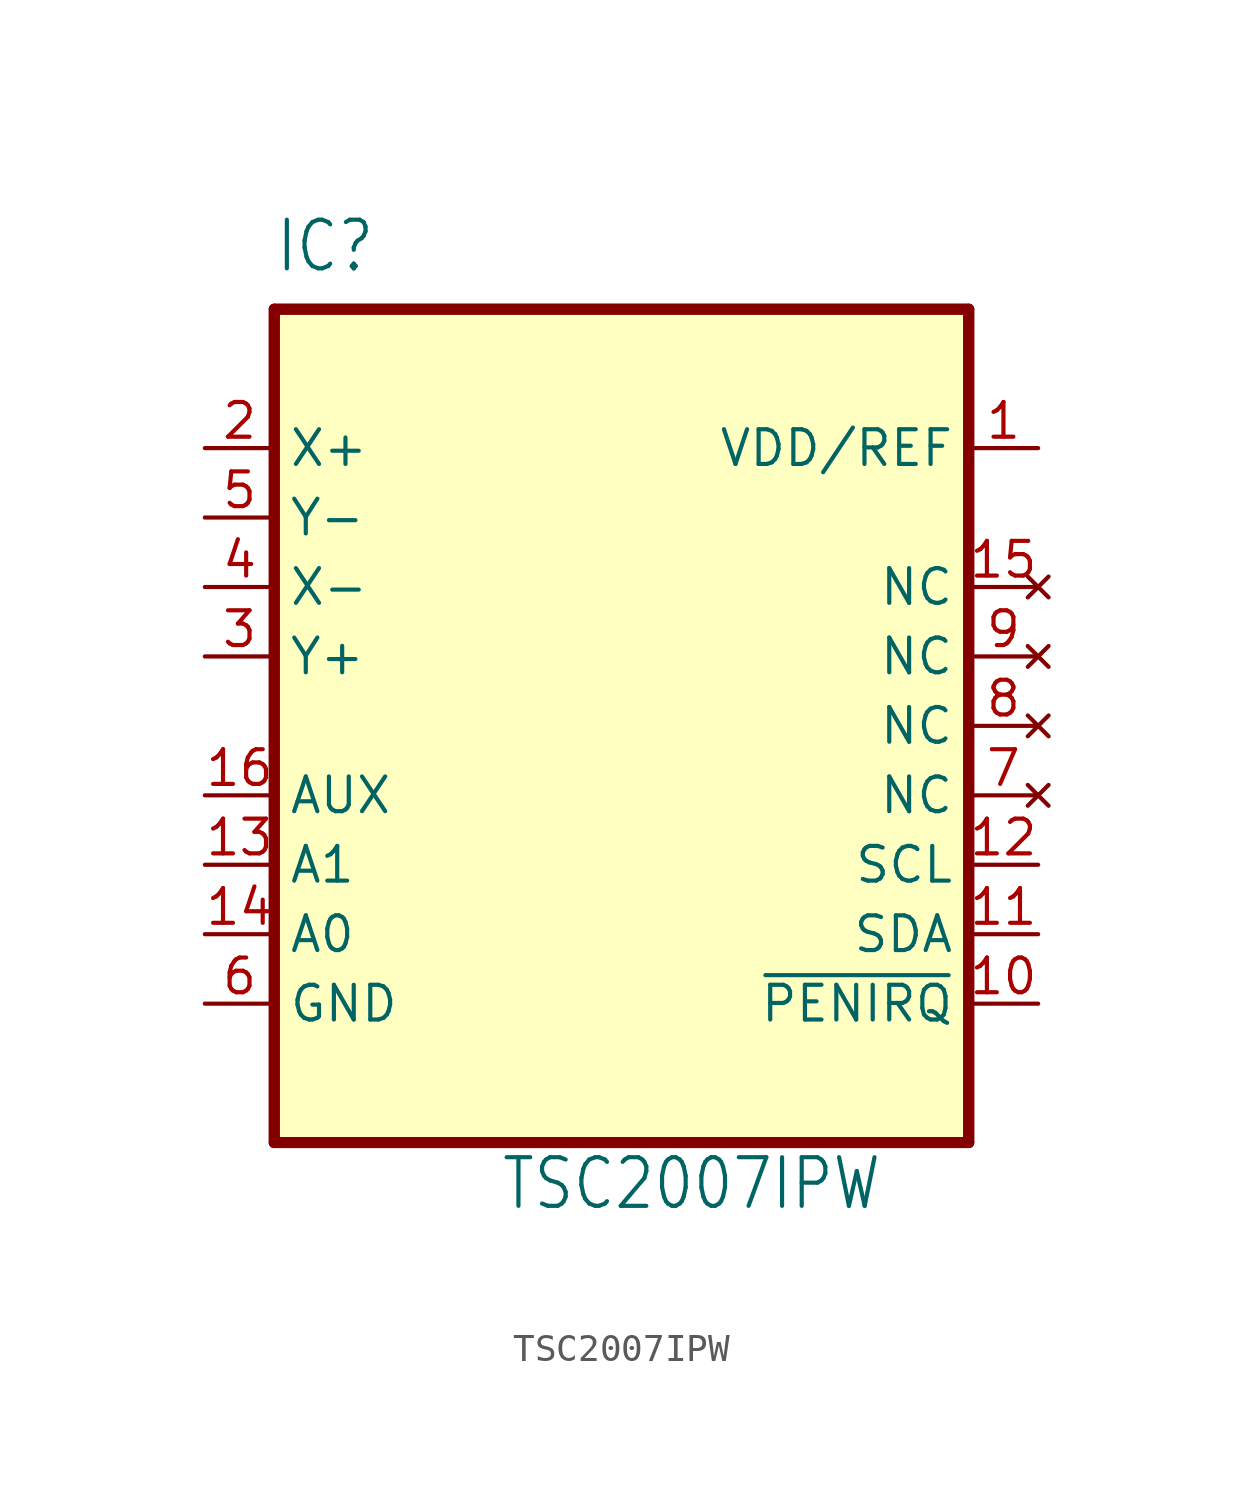
<source format=kicad_sym>
(kicad_symbol_lib
  (version 20220914)
  (generator kicad_symbol_editor)
  (symbol "TSC2007IPW"
    (property "Reference" "IC"
      (at -12.7 16.51 0)
      (effects (font (size 1.778 1.511)) (justify left bottom)))
    (property "Value" "TSC2007IPW"
      (at -4.445 -17.78 0)
      (effects (font (size 1.778 1.511)) (justify left bottom)))
    (symbol "TSC2007IPW_1_0"
      (polyline (pts (xy -12.7 -15.24) (xy 12.7 -15.24)) (stroke (width 0.406) (type solid)) (fill (type none)))
      (polyline (pts (xy -12.7 15.24) (xy -12.7 -15.24)) (stroke (width 0.406) (type solid)) (fill (type none)))
      (polyline (pts (xy 12.7 -15.24) (xy 12.7 15.24)) (stroke (width 0.406) (type solid)) (fill (type none)))
      (polyline (pts (xy 12.7 15.24) (xy -12.7 15.24)) (stroke (width 0.406) (type solid)) (fill (type none)))
      (pin passive line (at 15.24 10.16 180) (length 2.54) (name "VDD/REF" (effects (font (size 1.27 1.27)))) (number "1" (effects (font (size 1.27 1.27)))))
      (pin output line (at 15.24 -10.16 180) (length 2.54) (name "~{PENIRQ}" (effects (font (size 1.27 1.27)))) (number "10" (effects (font (size 1.27 1.27)))))
      (pin bidirectional line (at 15.24 -7.62 180) (length 2.54) (name "SDA" (effects (font (size 1.27 1.27)))) (number "11" (effects (font (size 1.27 1.27)))))
      (pin bidirectional line (at 15.24 -5.08 180) (length 2.54) (name "SCL" (effects (font (size 1.27 1.27)))) (number "12" (effects (font (size 1.27 1.27)))))
      (pin input line (at -15.24 -5.08 0) (length 2.54) (name "A1" (effects (font (size 1.27 1.27)))) (number "13" (effects (font (size 1.27 1.27)))))
      (pin input line (at -15.24 -7.62 0) (length 2.54) (name "A0" (effects (font (size 1.27 1.27)))) (number "14" (effects (font (size 1.27 1.27)))))
      (pin input line (at -15.24 -2.54 0) (length 2.54) (name "AUX" (effects (font (size 1.27 1.27)))) (number "16" (effects (font (size 1.27 1.27)))))
      (pin input line (at -15.24 10.16 0) (length 2.54) (name "X+" (effects (font (size 1.27 1.27)))) (number "2" (effects (font (size 1.27 1.27)))))
      (pin input line (at -15.24 2.54 0) (length 2.54) (name "Y+" (effects (font (size 1.27 1.27)))) (number "3" (effects (font (size 1.27 1.27)))))
      (pin input line (at -15.24 5.08 0) (length 2.54) (name "X-" (effects (font (size 1.27 1.27)))) (number "4" (effects (font (size 1.27 1.27)))))
      (pin input line (at -15.24 7.62 0) (length 2.54) (name "Y-" (effects (font (size 1.27 1.27)))) (number "5" (effects (font (size 1.27 1.27)))))
      (pin passive line (at -15.24 -10.16 0) (length 2.54) (name "GND" (effects (font (size 1.27 1.27)))) (number "6" (effects (font (size 1.27 1.27))))))
    (symbol "TSC2007IPW_1_1"
      (rectangle (start -12.7 15.24) (end 12.7 -15.24) (stroke (width 0.4) (type default)) (fill (type background)))
      (pin no_connect line (at 15.24 5.08 180) (length 2.54) (name "NC" (effects (font (size 1.27 1.27)))) (number "15" (effects (font (size 1.27 1.27)))))
      (pin no_connect line (at 15.24 -2.54 180) (length 2.54) (name "NC" (effects (font (size 1.27 1.27)))) (number "7" (effects (font (size 1.27 1.27)))))
      (pin no_connect line (at 15.24 0 180) (length 2.54) (name "NC" (effects (font (size 1.27 1.27)))) (number "8" (effects (font (size 1.27 1.27)))))
      (pin no_connect line (at 15.24 2.54 180) (length 2.54) (name "NC" (effects (font (size 1.27 1.27)))) (number "9" (effects (font (size 1.27 1.27))))))))
</source>
